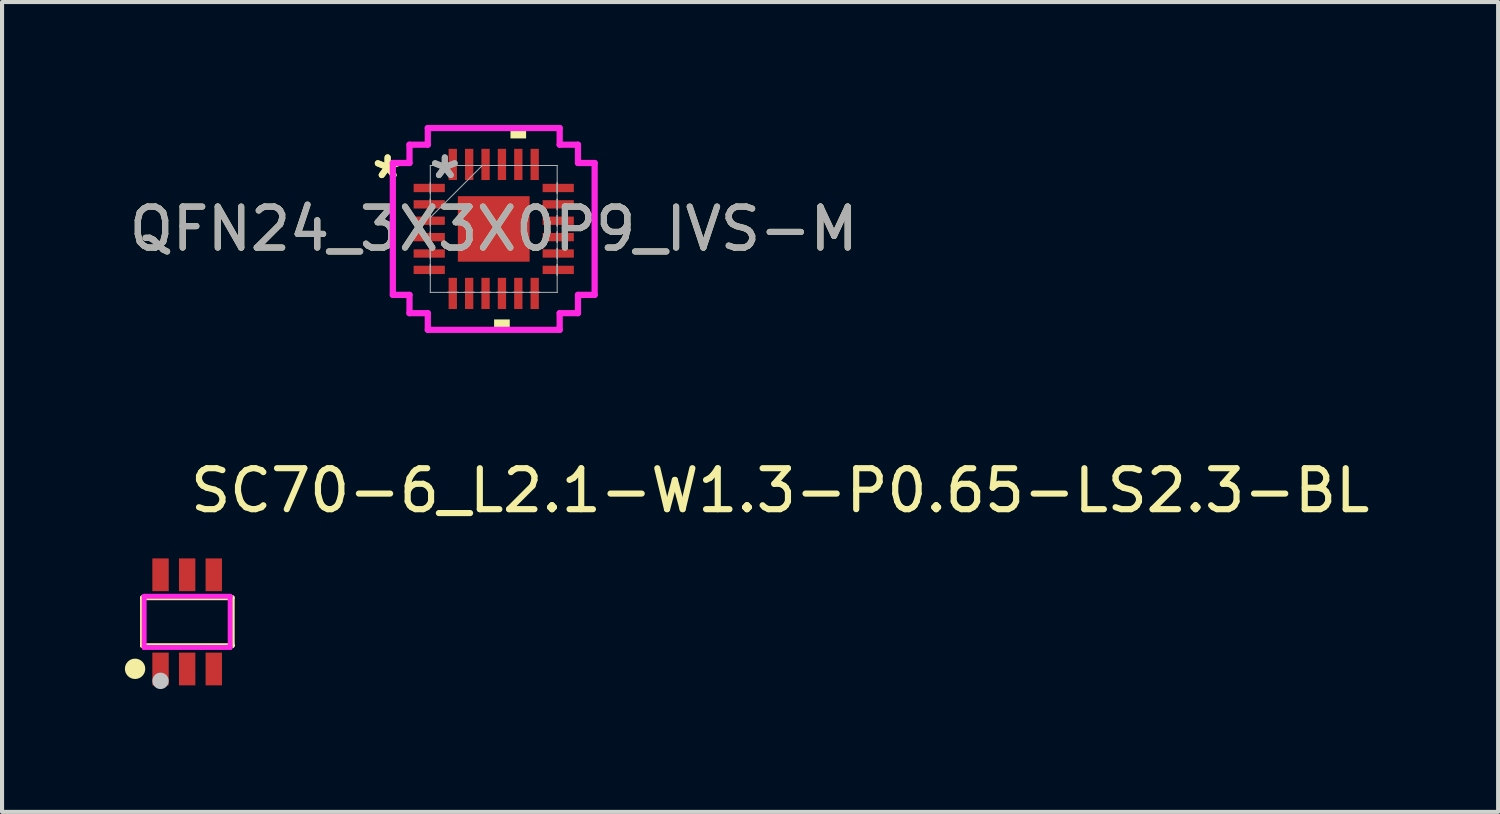
<source format=kicad_pcb>
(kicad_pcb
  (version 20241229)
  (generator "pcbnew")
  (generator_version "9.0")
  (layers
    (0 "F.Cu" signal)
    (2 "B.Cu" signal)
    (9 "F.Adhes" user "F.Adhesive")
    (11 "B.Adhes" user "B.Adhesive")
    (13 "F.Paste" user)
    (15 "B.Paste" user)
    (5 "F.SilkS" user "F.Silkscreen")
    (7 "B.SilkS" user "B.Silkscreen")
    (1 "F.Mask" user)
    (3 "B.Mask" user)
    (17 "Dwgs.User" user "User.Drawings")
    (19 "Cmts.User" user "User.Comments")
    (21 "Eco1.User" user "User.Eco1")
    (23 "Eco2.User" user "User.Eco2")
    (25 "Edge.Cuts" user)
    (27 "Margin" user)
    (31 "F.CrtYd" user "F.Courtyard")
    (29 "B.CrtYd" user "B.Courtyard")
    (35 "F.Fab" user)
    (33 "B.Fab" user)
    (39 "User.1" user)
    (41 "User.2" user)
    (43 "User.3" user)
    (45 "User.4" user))
  (footprint "QFN24_3X3X0P9_IVS-M"
    (layer "F.Cu")
    (at 9.006 2.54)
    (property "Reference" "QFN24_3X3X0P9_IVS-M" (at 0 0 0) (unlocked yes) (layer "F.SilkS") (effects (font (size 1 1) (thickness 0.15))))
    (attr smd)
    (fp_poly (pts (xy 0.009 2.21) (xy 0.009 2.464) (xy 0.391 2.464) (xy 0.391 2.21)) (stroke (width 0) (type solid)) (fill yes) (layer "F.SilkS"))
    (fp_poly (pts (xy 0.409 -2.21) (xy 0.409 -2.464) (xy 0.79 -2.464) (xy 0.79 -2.21)) (stroke (width 0) (type solid)) (fill yes) (layer "F.SilkS"))
    (fp_line (start -2.464 -1.61) (end -2.057 -1.61) (stroke (width 0.152) (type solid)) (layer "F.CrtYd"))
    (fp_line (start -2.464 1.61) (end -2.464 -1.61) (stroke (width 0.152) (type solid)) (layer "F.CrtYd"))
    (fp_line (start -2.057 -2.057) (end -1.61 -2.057) (stroke (width 0.152) (type solid)) (layer "F.CrtYd"))
    (fp_line (start -2.057 -1.61) (end -2.057 -2.057) (stroke (width 0.152) (type solid)) (layer "F.CrtYd"))
    (fp_line (start -2.057 1.61) (end -2.464 1.61) (stroke (width 0.152) (type solid)) (layer "F.CrtYd"))
    (fp_line (start -2.057 2.057) (end -2.057 1.61) (stroke (width 0.152) (type solid)) (layer "F.CrtYd"))
    (fp_line (start -1.61 -2.464) (end 1.61 -2.464) (stroke (width 0.152) (type solid)) (layer "F.CrtYd"))
    (fp_line (start -1.61 -2.057) (end -1.61 -2.464) (stroke (width 0.152) (type solid)) (layer "F.CrtYd"))
    (fp_line (start -1.61 2.057) (end -2.057 2.057) (stroke (width 0.152) (type solid)) (layer "F.CrtYd"))
    (fp_line (start -1.61 2.464) (end -1.61 2.057) (stroke (width 0.152) (type solid)) (layer "F.CrtYd"))
    (fp_line (start 1.61 -2.464) (end 1.61 -2.057) (stroke (width 0.152) (type solid)) (layer "F.CrtYd"))
    (fp_line (start 1.61 -2.057) (end 2.057 -2.057) (stroke (width 0.152) (type solid)) (layer "F.CrtYd"))
    (fp_line (start 1.61 2.057) (end 1.61 2.464) (stroke (width 0.152) (type solid)) (layer "F.CrtYd"))
    (fp_line (start 1.61 2.464) (end -1.61 2.464) (stroke (width 0.152) (type solid)) (layer "F.CrtYd"))
    (fp_line (start 2.057 -2.057) (end 2.057 -1.61) (stroke (width 0.152) (type solid)) (layer "F.CrtYd"))
    (fp_line (start 2.057 -1.61) (end 2.464 -1.61) (stroke (width 0.152) (type solid)) (layer "F.CrtYd"))
    (fp_line (start 2.057 1.61) (end 2.057 2.057) (stroke (width 0.152) (type solid)) (layer "F.CrtYd"))
    (fp_line (start 2.057 2.057) (end 1.61 2.057) (stroke (width 0.152) (type solid)) (layer "F.CrtYd"))
    (fp_line (start 2.464 -1.61) (end 2.464 1.61) (stroke (width 0.152) (type solid)) (layer "F.CrtYd"))
    (fp_line (start 2.464 1.61) (end 2.057 1.61) (stroke (width 0.152) (type solid)) (layer "F.CrtYd"))
    (fp_line (start -1.549 -1.549) (end -1.549 -1.549) (stroke (width 0.025) (type solid)) (layer "F.Fab"))
    (fp_line (start -1.549 -1.549) (end -1.549 1.549) (stroke (width 0.025) (type solid)) (layer "F.Fab"))
    (fp_line (start -1.549 -1.127) (end -1.549 -1.127) (stroke (width 0.025) (type solid)) (layer "F.Fab"))
    (fp_line (start -1.549 -1.127) (end -1.549 -0.873) (stroke (width 0.025) (type solid)) (layer "F.Fab"))
    (fp_line (start -1.549 -0.873) (end -1.549 -1.127) (stroke (width 0.025) (type solid)) (layer "F.Fab"))
    (fp_line (start -1.549 -0.873) (end -1.549 -0.873) (stroke (width 0.025) (type solid)) (layer "F.Fab"))
    (fp_line (start -1.549 -0.727) (end -1.549 -0.727) (stroke (width 0.025) (type solid)) (layer "F.Fab"))
    (fp_line (start -1.549 -0.727) (end -1.549 -0.473) (stroke (width 0.025) (type solid)) (layer "F.Fab"))
    (fp_line (start -1.549 -0.473) (end -1.549 -0.727) (stroke (width 0.025) (type solid)) (layer "F.Fab"))
    (fp_line (start -1.549 -0.473) (end -1.549 -0.473) (stroke (width 0.025) (type solid)) (layer "F.Fab"))
    (fp_line (start -1.549 -0.327) (end -1.549 -0.327) (stroke (width 0.025) (type solid)) (layer "F.Fab"))
    (fp_line (start -1.549 -0.327) (end -1.549 -0.073) (stroke (width 0.025) (type solid)) (layer "F.Fab"))
    (fp_line (start -1.549 -0.279) (end -0.279 -1.549) (stroke (width 0.025) (type solid)) (layer "F.Fab"))
    (fp_line (start -1.549 -0.073) (end -1.549 -0.327) (stroke (width 0.025) (type solid)) (layer "F.Fab"))
    (fp_line (start -1.549 -0.073) (end -1.549 -0.073) (stroke (width 0.025) (type solid)) (layer "F.Fab"))
    (fp_line (start -1.549 0.073) (end -1.549 0.073) (stroke (width 0.025) (type solid)) (layer "F.Fab"))
    (fp_line (start -1.549 0.073) (end -1.549 0.327) (stroke (width 0.025) (type solid)) (layer "F.Fab"))
    (fp_line (start -1.549 0.327) (end -1.549 0.073) (stroke (width 0.025) (type solid)) (layer "F.Fab"))
    (fp_line (start -1.549 0.327) (end -1.549 0.327) (stroke (width 0.025) (type solid)) (layer "F.Fab"))
    (fp_line (start -1.549 0.473) (end -1.549 0.473) (stroke (width 0.025) (type solid)) (layer "F.Fab"))
    (fp_line (start -1.549 0.473) (end -1.549 0.727) (stroke (width 0.025) (type solid)) (layer "F.Fab"))
    (fp_line (start -1.549 0.727) (end -1.549 0.473) (stroke (width 0.025) (type solid)) (layer "F.Fab"))
    (fp_line (start -1.549 0.727) (end -1.549 0.727) (stroke (width 0.025) (type solid)) (layer "F.Fab"))
    (fp_line (start -1.549 0.873) (end -1.549 0.873) (stroke (width 0.025) (type solid)) (layer "F.Fab"))
    (fp_line (start -1.549 0.873) (end -1.549 1.127) (stroke (width 0.025) (type solid)) (layer "F.Fab"))
    (fp_line (start -1.549 1.127) (end -1.549 0.873) (stroke (width 0.025) (type solid)) (layer "F.Fab"))
    (fp_line (start -1.549 1.127) (end -1.549 1.127) (stroke (width 0.025) (type solid)) (layer "F.Fab"))
    (fp_line (start -1.549 1.549) (end -1.549 1.549) (stroke (width 0.025) (type solid)) (layer "F.Fab"))
    (fp_line (start -1.549 1.549) (end 1.549 1.549) (stroke (width 0.025) (type solid)) (layer "F.Fab"))
    (fp_line (start -1.127 -1.549) (end -1.127 -1.549) (stroke (width 0.025) (type solid)) (layer "F.Fab"))
    (fp_line (start -1.127 -1.549) (end -0.873 -1.549) (stroke (width 0.025) (type solid)) (layer "F.Fab"))
    (fp_line (start -1.127 1.549) (end -1.127 1.549) (stroke (width 0.025) (type solid)) (layer "F.Fab"))
    (fp_line (start -1.127 1.549) (end -0.873 1.549) (stroke (width 0.025) (type solid)) (layer "F.Fab"))
    (fp_line (start -0.873 -1.549) (end -1.127 -1.549) (stroke (width 0.025) (type solid)) (layer "F.Fab"))
    (fp_line (start -0.873 -1.549) (end -0.873 -1.549) (stroke (width 0.025) (type solid)) (layer "F.Fab"))
    (fp_line (start -0.873 1.549) (end -1.127 1.549) (stroke (width 0.025) (type solid)) (layer "F.Fab"))
    (fp_line (start -0.873 1.549) (end -0.873 1.549) (stroke (width 0.025) (type solid)) (layer "F.Fab"))
    (fp_line (start -0.727 -1.549) (end -0.727 -1.549) (stroke (width 0.025) (type solid)) (layer "F.Fab"))
    (fp_line (start -0.727 -1.549) (end -0.473 -1.549) (stroke (width 0.025) (type solid)) (layer "F.Fab"))
    (fp_line (start -0.727 1.549) (end -0.727 1.549) (stroke (width 0.025) (type solid)) (layer "F.Fab"))
    (fp_line (start -0.727 1.549) (end -0.473 1.549) (stroke (width 0.025) (type solid)) (layer "F.Fab"))
    (fp_line (start -0.473 -1.549) (end -0.727 -1.549) (stroke (width 0.025) (type solid)) (layer "F.Fab"))
    (fp_line (start -0.473 -1.549) (end -0.473 -1.549) (stroke (width 0.025) (type solid)) (layer "F.Fab"))
    (fp_line (start -0.473 1.549) (end -0.727 1.549) (stroke (width 0.025) (type solid)) (layer "F.Fab"))
    (fp_line (start -0.473 1.549) (end -0.473 1.549) (stroke (width 0.025) (type solid)) (layer "F.Fab"))
    (fp_line (start -0.327 -1.549) (end -0.327 -1.549) (stroke (width 0.025) (type solid)) (layer "F.Fab"))
    (fp_line (start -0.327 -1.549) (end -0.073 -1.549) (stroke (width 0.025) (type solid)) (layer "F.Fab"))
    (fp_line (start -0.327 1.549) (end -0.327 1.549) (stroke (width 0.025) (type solid)) (layer "F.Fab"))
    (fp_line (start -0.327 1.549) (end -0.073 1.549) (stroke (width 0.025) (type solid)) (layer "F.Fab"))
    (fp_line (start -0.073 -1.549) (end -0.327 -1.549) (stroke (width 0.025) (type solid)) (layer "F.Fab"))
    (fp_line (start -0.073 -1.549) (end -0.073 -1.549) (stroke (width 0.025) (type solid)) (layer "F.Fab"))
    (fp_line (start -0.073 1.549) (end -0.327 1.549) (stroke (width 0.025) (type solid)) (layer "F.Fab"))
    (fp_line (start -0.073 1.549) (end -0.073 1.549) (stroke (width 0.025) (type solid)) (layer "F.Fab"))
    (fp_line (start 0.073 -1.549) (end 0.073 -1.549) (stroke (width 0.025) (type solid)) (layer "F.Fab"))
    (fp_line (start 0.073 -1.549) (end 0.327 -1.549) (stroke (width 0.025) (type solid)) (layer "F.Fab"))
    (fp_line (start 0.073 1.549) (end 0.073 1.549) (stroke (width 0.025) (type solid)) (layer "F.Fab"))
    (fp_line (start 0.073 1.549) (end 0.327 1.549) (stroke (width 0.025) (type solid)) (layer "F.Fab"))
    (fp_line (start 0.327 -1.549) (end 0.073 -1.549) (stroke (width 0.025) (type solid)) (layer "F.Fab"))
    (fp_line (start 0.327 -1.549) (end 0.327 -1.549) (stroke (width 0.025) (type solid)) (layer "F.Fab"))
    (fp_line (start 0.327 1.549) (end 0.073 1.549) (stroke (width 0.025) (type solid)) (layer "F.Fab"))
    (fp_line (start 0.327 1.549) (end 0.327 1.549) (stroke (width 0.025) (type solid)) (layer "F.Fab"))
    (fp_line (start 0.473 -1.549) (end 0.473 -1.549) (stroke (width 0.025) (type solid)) (layer "F.Fab"))
    (fp_line (start 0.473 -1.549) (end 0.727 -1.549) (stroke (width 0.025) (type solid)) (layer "F.Fab"))
    (fp_line (start 0.473 1.549) (end 0.473 1.549) (stroke (width 0.025) (type solid)) (layer "F.Fab"))
    (fp_line (start 0.473 1.549) (end 0.727 1.549) (stroke (width 0.025) (type solid)) (layer "F.Fab"))
    (fp_line (start 0.727 -1.549) (end 0.473 -1.549) (stroke (width 0.025) (type solid)) (layer "F.Fab"))
    (fp_line (start 0.727 -1.549) (end 0.727 -1.549) (stroke (width 0.025) (type solid)) (layer "F.Fab"))
    (fp_line (start 0.727 1.549) (end 0.473 1.549) (stroke (width 0.025) (type solid)) (layer "F.Fab"))
    (fp_line (start 0.727 1.549) (end 0.727 1.549) (stroke (width 0.025) (type solid)) (layer "F.Fab"))
    (fp_line (start 0.873 -1.549) (end 0.873 -1.549) (stroke (width 0.025) (type solid)) (layer "F.Fab"))
    (fp_line (start 0.873 -1.549) (end 1.127 -1.549) (stroke (width 0.025) (type solid)) (layer "F.Fab"))
    (fp_line (start 0.873 1.549) (end 0.873 1.549) (stroke (width 0.025) (type solid)) (layer "F.Fab"))
    (fp_line (start 0.873 1.549) (end 1.127 1.549) (stroke (width 0.025) (type solid)) (layer "F.Fab"))
    (fp_line (start 1.127 -1.549) (end 0.873 -1.549) (stroke (width 0.025) (type solid)) (layer "F.Fab"))
    (fp_line (start 1.127 -1.549) (end 1.127 -1.549) (stroke (width 0.025) (type solid)) (layer "F.Fab"))
    (fp_line (start 1.127 1.549) (end 0.873 1.549) (stroke (width 0.025) (type solid)) (layer "F.Fab"))
    (fp_line (start 1.127 1.549) (end 1.127 1.549) (stroke (width 0.025) (type solid)) (layer "F.Fab"))
    (fp_line (start 1.549 -1.549) (end -1.549 -1.549) (stroke (width 0.025) (type solid)) (layer "F.Fab"))
    (fp_line (start 1.549 -1.549) (end 1.549 -1.549) (stroke (width 0.025) (type solid)) (layer "F.Fab"))
    (fp_line (start 1.549 -1.127) (end 1.549 -1.127) (stroke (width 0.025) (type solid)) (layer "F.Fab"))
    (fp_line (start 1.549 -1.127) (end 1.549 -0.873) (stroke (width 0.025) (type solid)) (layer "F.Fab"))
    (fp_line (start 1.549 -0.873) (end 1.549 -1.127) (stroke (width 0.025) (type solid)) (layer "F.Fab"))
    (fp_line (start 1.549 -0.873) (end 1.549 -0.873) (stroke (width 0.025) (type solid)) (layer "F.Fab"))
    (fp_line (start 1.549 -0.727) (end 1.549 -0.727) (stroke (width 0.025) (type solid)) (layer "F.Fab"))
    (fp_line (start 1.549 -0.727) (end 1.549 -0.473) (stroke (width 0.025) (type solid)) (layer "F.Fab"))
    (fp_line (start 1.549 -0.473) (end 1.549 -0.727) (stroke (width 0.025) (type solid)) (layer "F.Fab"))
    (fp_line (start 1.549 -0.473) (end 1.549 -0.473) (stroke (width 0.025) (type solid)) (layer "F.Fab"))
    (fp_line (start 1.549 -0.327) (end 1.549 -0.327) (stroke (width 0.025) (type solid)) (layer "F.Fab"))
    (fp_line (start 1.549 -0.327) (end 1.549 -0.073) (stroke (width 0.025) (type solid)) (layer "F.Fab"))
    (fp_line (start 1.549 -0.073) (end 1.549 -0.327) (stroke (width 0.025) (type solid)) (layer "F.Fab"))
    (fp_line (start 1.549 -0.073) (end 1.549 -0.073) (stroke (width 0.025) (type solid)) (layer "F.Fab"))
    (fp_line (start 1.549 0.073) (end 1.549 0.073) (stroke (width 0.025) (type solid)) (layer "F.Fab"))
    (fp_line (start 1.549 0.073) (end 1.549 0.327) (stroke (width 0.025) (type solid)) (layer "F.Fab"))
    (fp_line (start 1.549 0.327) (end 1.549 0.073) (stroke (width 0.025) (type solid)) (layer "F.Fab"))
    (fp_line (start 1.549 0.327) (end 1.549 0.327) (stroke (width 0.025) (type solid)) (layer "F.Fab"))
    (fp_line (start 1.549 0.473) (end 1.549 0.473) (stroke (width 0.025) (type solid)) (layer "F.Fab"))
    (fp_line (start 1.549 0.473) (end 1.549 0.727) (stroke (width 0.025) (type solid)) (layer "F.Fab"))
    (fp_line (start 1.549 0.727) (end 1.549 0.473) (stroke (width 0.025) (type solid)) (layer "F.Fab"))
    (fp_line (start 1.549 0.727) (end 1.549 0.727) (stroke (width 0.025) (type solid)) (layer "F.Fab"))
    (fp_line (start 1.549 0.873) (end 1.549 0.873) (stroke (width 0.025) (type solid)) (layer "F.Fab"))
    (fp_line (start 1.549 0.873) (end 1.549 1.127) (stroke (width 0.025) (type solid)) (layer "F.Fab"))
    (fp_line (start 1.549 1.127) (end 1.549 0.873) (stroke (width 0.025) (type solid)) (layer "F.Fab"))
    (fp_line (start 1.549 1.127) (end 1.549 1.127) (stroke (width 0.025) (type solid)) (layer "F.Fab"))
    (fp_line (start 1.549 1.549) (end 1.549 -1.549) (stroke (width 0.025) (type solid)) (layer "F.Fab"))
    (fp_line (start 1.549 1.549) (end 1.549 1.549) (stroke (width 0.025) (type solid)) (layer "F.Fab"))
    (fp_text user "*" (at -2.591 -1.2 0) (layer "F.SilkS") (effects (font (size 1 1) (thickness 0.15))))
    (fp_text user "*" (at -2.591 -1.2 0) (unlocked yes) (layer "F.SilkS") (effects (font (size 1 1) (thickness 0.15))))
    (fp_text user "${REFERENCE}" (at 0 0 0) (unlocked yes) (layer "F.Fab") (effects (font (size 1 1) (thickness 0.15))))
    (fp_text user "*" (at -1.194 -1.2 0) (layer "F.Fab") (effects (font (size 1 1) (thickness 0.15))))
    (fp_text user "*" (at -1.194 -1.2 0) (unlocked yes) (layer "F.Fab") (effects (font (size 1 1) (thickness 0.15))))
    (pad "1" smd rect (at -1.575 -1 90) (size 0.203 0.762) (layers "F.Cu" "F.Mask" "F.Paste"))
    (pad "2" smd rect (at -1.575 -0.6 90) (size 0.203 0.762) (layers "F.Cu" "F.Mask" "F.Paste"))
    (pad "3" smd rect (at -1.575 -0.2 90) (size 0.203 0.762) (layers "F.Cu" "F.Mask" "F.Paste"))
    (pad "4" smd rect (at -1.575 0.2 90) (size 0.203 0.762) (layers "F.Cu" "F.Mask" "F.Paste"))
    (pad "5" smd rect (at -1.575 0.6 90) (size 0.203 0.762) (layers "F.Cu" "F.Mask" "F.Paste"))
    (pad "6" smd rect (at -1.575 1 90) (size 0.203 0.762) (layers "F.Cu" "F.Mask" "F.Paste"))
    (pad "7" smd rect (at -1 1.575) (size 0.203 0.762) (layers "F.Cu" "F.Mask" "F.Paste"))
    (pad "8" smd rect (at -0.6 1.575) (size 0.203 0.762) (layers "F.Cu" "F.Mask" "F.Paste"))
    (pad "9" smd rect (at -0.2 1.575) (size 0.203 0.762) (layers "F.Cu" "F.Mask" "F.Paste"))
    (pad "10" smd rect (at 0.2 1.575) (size 0.203 0.762) (layers "F.Cu" "F.Mask" "F.Paste"))
    (pad "11" smd rect (at 0.6 1.575) (size 0.203 0.762) (layers "F.Cu" "F.Mask" "F.Paste"))
    (pad "12" smd rect (at 1 1.575) (size 0.203 0.762) (layers "F.Cu" "F.Mask" "F.Paste"))
    (pad "13" smd rect (at 1.575 1 90) (size 0.203 0.762) (layers "F.Cu" "F.Mask" "F.Paste"))
    (pad "14" smd rect (at 1.575 0.6 90) (size 0.203 0.762) (layers "F.Cu" "F.Mask" "F.Paste"))
    (pad "15" smd rect (at 1.575 0.2 90) (size 0.203 0.762) (layers "F.Cu" "F.Mask" "F.Paste"))
    (pad "16" smd rect (at 1.575 -0.2 90) (size 0.203 0.762) (layers "F.Cu" "F.Mask" "F.Paste"))
    (pad "17" smd rect (at 1.575 -0.6 90) (size 0.203 0.762) (layers "F.Cu" "F.Mask" "F.Paste"))
    (pad "18" smd rect (at 1.575 -1 90) (size 0.203 0.762) (layers "F.Cu" "F.Mask" "F.Paste"))
    (pad "19" smd rect (at 1 -1.575) (size 0.203 0.762) (layers "F.Cu" "F.Mask" "F.Paste"))
    (pad "20" smd rect (at 0.6 -1.575) (size 0.203 0.762) (layers "F.Cu" "F.Mask" "F.Paste"))
    (pad "21" smd rect (at 0.2 -1.575) (size 0.203 0.762) (layers "F.Cu" "F.Mask" "F.Paste"))
    (pad "22" smd rect (at -0.2 -1.575) (size 0.203 0.762) (layers "F.Cu" "F.Mask" "F.Paste"))
    (pad "23" smd rect (at -0.6 -1.575) (size 0.203 0.762) (layers "F.Cu" "F.Mask" "F.Paste"))
    (pad "24" smd rect (at -1 -1.575) (size 0.203 0.762) (layers "F.Cu" "F.Mask" "F.Paste"))
    (pad "25" smd rect (at 0 0) (size 1.753 1.6) (layers "F.Cu" "F.Mask" "F.Paste")))
  (footprint "SC70-6_L2.1-W1.3-P0.65-LS2.3-BL"
    (layer "F.Cu")
    (at 1.52 12.135)
    (property "Reference" "SC70-6_L2.1-W1.3-P0.65-LS2.3-BL" (at 0 -3.207 0) (layer "F.SilkS") (effects (font (size 1 1) (thickness 0.15)) (justify left)))
    (attr through_hole)
    (fp_line (start -1.09 -0.59) (end 1.1 -0.59) (stroke (width 0.12) (type solid)) (layer "F.SilkS"))
    (fp_line (start -1.09 0.58) (end -1.09 -0.59) (stroke (width 0.12) (type solid)) (layer "F.SilkS"))
    (fp_line (start -1.08 0.58) (end -1.09 0.58) (stroke (width 0.12) (type solid)) (layer "F.SilkS"))
    (fp_line (start 1.1 -0.59) (end 1.1 0.57) (stroke (width 0.12) (type solid)) (layer "F.SilkS"))
    (fp_line (start 1.1 0.57) (end 1.1 0.58) (stroke (width 0.12) (type solid)) (layer "F.SilkS"))
    (fp_line (start 1.1 0.58) (end -1.08 0.58) (stroke (width 0.12) (type solid)) (layer "F.SilkS"))
    (fp_arc (start -1.273 1.27) (mid -1.270265 1.021986) (end -1.270469 1.270015) (stroke (width 0.249) (type solid)) (layer "F.SilkS"))
    (fp_circle (center -0.65 1.44) (end -0.55 1.44) (stroke (width 0.2) (type solid)) (fill no) (layer "Dwgs.User"))
    (fp_line (start -0.775 -0.8) (end -0.525 -0.8) (stroke (width 0.12) (type solid)) (layer "Eco2.User"))
    (fp_line (start -0.775 -0.615) (end -0.775 -0.8) (stroke (width 0.12) (type solid)) (layer "Eco2.User"))
    (fp_line (start -0.775 0.615) (end -0.525 0.615) (stroke (width 0.12) (type solid)) (layer "Eco2.User"))
    (fp_line (start -0.775 0.8) (end -0.775 0.615) (stroke (width 0.12) (type solid)) (layer "Eco2.User"))
    (fp_line (start -0.525 -0.8) (end -0.525 -0.615) (stroke (width 0.12) (type solid)) (layer "Eco2.User"))
    (fp_line (start -0.525 -0.615) (end -0.775 -0.615) (stroke (width 0.12) (type solid)) (layer "Eco2.User"))
    (fp_line (start -0.525 0.615) (end -0.525 0.8) (stroke (width 0.12) (type solid)) (layer "Eco2.User"))
    (fp_line (start -0.525 0.8) (end -0.775 0.8) (stroke (width 0.12) (type solid)) (layer "Eco2.User"))
    (fp_line (start -0.125 -0.8) (end 0.125 -0.8) (stroke (width 0.12) (type solid)) (layer "Eco2.User"))
    (fp_line (start -0.125 -0.615) (end -0.125 -0.8) (stroke (width 0.12) (type solid)) (layer "Eco2.User"))
    (fp_line (start -0.125 0.615) (end 0.125 0.615) (stroke (width 0.12) (type solid)) (layer "Eco2.User"))
    (fp_line (start -0.125 0.8) (end -0.125 0.615) (stroke (width 0.12) (type solid)) (layer "Eco2.User"))
    (fp_line (start 0.125 -0.8) (end 0.125 -0.615) (stroke (width 0.12) (type solid)) (layer "Eco2.User"))
    (fp_line (start 0.125 -0.615) (end -0.125 -0.615) (stroke (width 0.12) (type solid)) (layer "Eco2.User"))
    (fp_line (start 0.125 0.615) (end 0.125 0.8) (stroke (width 0.12) (type solid)) (layer "Eco2.User"))
    (fp_line (start 0.125 0.8) (end -0.125 0.8) (stroke (width 0.12) (type solid)) (layer "Eco2.User"))
    (fp_line (start 0.525 -0.8) (end 0.775 -0.8) (stroke (width 0.12) (type solid)) (layer "Eco2.User"))
    (fp_line (start 0.525 -0.615) (end 0.525 -0.8) (stroke (width 0.12) (type solid)) (layer "Eco2.User"))
    (fp_line (start 0.525 0.615) (end 0.775 0.615) (stroke (width 0.12) (type solid)) (layer "Eco2.User"))
    (fp_line (start 0.525 0.8) (end 0.525 0.615) (stroke (width 0.12) (type solid)) (layer "Eco2.User"))
    (fp_line (start 0.775 -0.8) (end 0.775 -0.615) (stroke (width 0.12) (type solid)) (layer "Eco2.User"))
    (fp_line (start 0.775 -0.615) (end 0.525 -0.615) (stroke (width 0.12) (type solid)) (layer "Eco2.User"))
    (fp_line (start 0.775 0.615) (end 0.775 0.8) (stroke (width 0.12) (type solid)) (layer "Eco2.User"))
    (fp_line (start 0.775 0.8) (end 0.525 0.8) (stroke (width 0.12) (type solid)) (layer "Eco2.User"))
    (fp_circle (center -1.05 1.15) (end -1.02 1.15) (stroke (width 0.06) (type solid)) (fill no) (layer "Eco2.User"))
    (fp_poly (pts (xy -0.775 -0.79) (xy -0.775 -1.15) (xy -0.525 -1.15) (xy -0.525 -0.79)) (stroke (width 0.12) (type solid)) (fill no) (layer "Eco2.User"))
    (fp_poly (pts (xy -0.775 1.15) (xy -0.775 0.79) (xy -0.525 0.79) (xy -0.525 1.15)) (stroke (width 0.12) (type solid)) (fill no) (layer "Eco2.User"))
    (fp_poly (pts (xy -0.125 -0.79) (xy -0.125 -1.15) (xy 0.125 -1.15) (xy 0.125 -0.79)) (stroke (width 0.12) (type solid)) (fill no) (layer "Eco2.User"))
    (fp_poly (pts (xy 0.125 0.79) (xy 0.125 1.15) (xy -0.125 1.15) (xy -0.125 0.79)) (stroke (width 0.12) (type solid)) (fill no) (layer "Eco2.User"))
    (fp_poly (pts (xy 0.525 -0.79) (xy 0.525 -1.15) (xy 0.775 -1.15) (xy 0.775 -0.79)) (stroke (width 0.12) (type solid)) (fill no) (layer "Eco2.User"))
    (fp_poly (pts (xy 0.525 1.15) (xy 0.525 0.79) (xy 0.775 0.79) (xy 0.775 1.15)) (stroke (width 0.12) (type solid)) (fill no) (layer "Eco2.User"))
    (fp_line (start -1.05 -0.625) (end 1.05 -0.625) (stroke (width 0.12) (type solid)) (layer "F.CrtYd"))
    (fp_line (start -1.05 0.625) (end -1.05 -0.625) (stroke (width 0.12) (type solid)) (layer "F.CrtYd"))
    (fp_line (start 1.05 -0.625) (end 1.05 0.625) (stroke (width 0.12) (type solid)) (layer "F.CrtYd"))
    (fp_line (start 1.05 0.625) (end -1.05 0.625) (stroke (width 0.12) (type solid)) (layer "F.CrtYd"))
    (pad "1" smd rect (at -0.65 1.15) (size 0.4 0.8) (layers "F.Cu" "F.Mask" "F.Paste"))
    (pad "2" smd rect (at 0 1.15) (size 0.4 0.8) (layers "F.Cu" "F.Mask" "F.Paste"))
    (pad "3" smd rect (at 0.65 1.15) (size 0.4 0.8) (layers "F.Cu" "F.Mask" "F.Paste"))
    (pad "4" smd rect (at 0.65 -1.15) (size 0.4 0.8) (layers "F.Cu" "F.Mask" "F.Paste"))
    (pad "5" smd rect (at 0 -1.15 180) (size 0.4 0.8) (layers "F.Cu" "F.Mask" "F.Paste"))
    (pad "6" smd rect (at -0.65 -1.15) (size 0.4 0.8) (layers "F.Cu" "F.Mask" "F.Paste")))
  (gr_rect
    (start -3 -3)
    (end 33.531 16.775)
    (stroke (width 0.1) (type default))
    (fill no)
    (layer "Edge.Cuts")))
</source>
